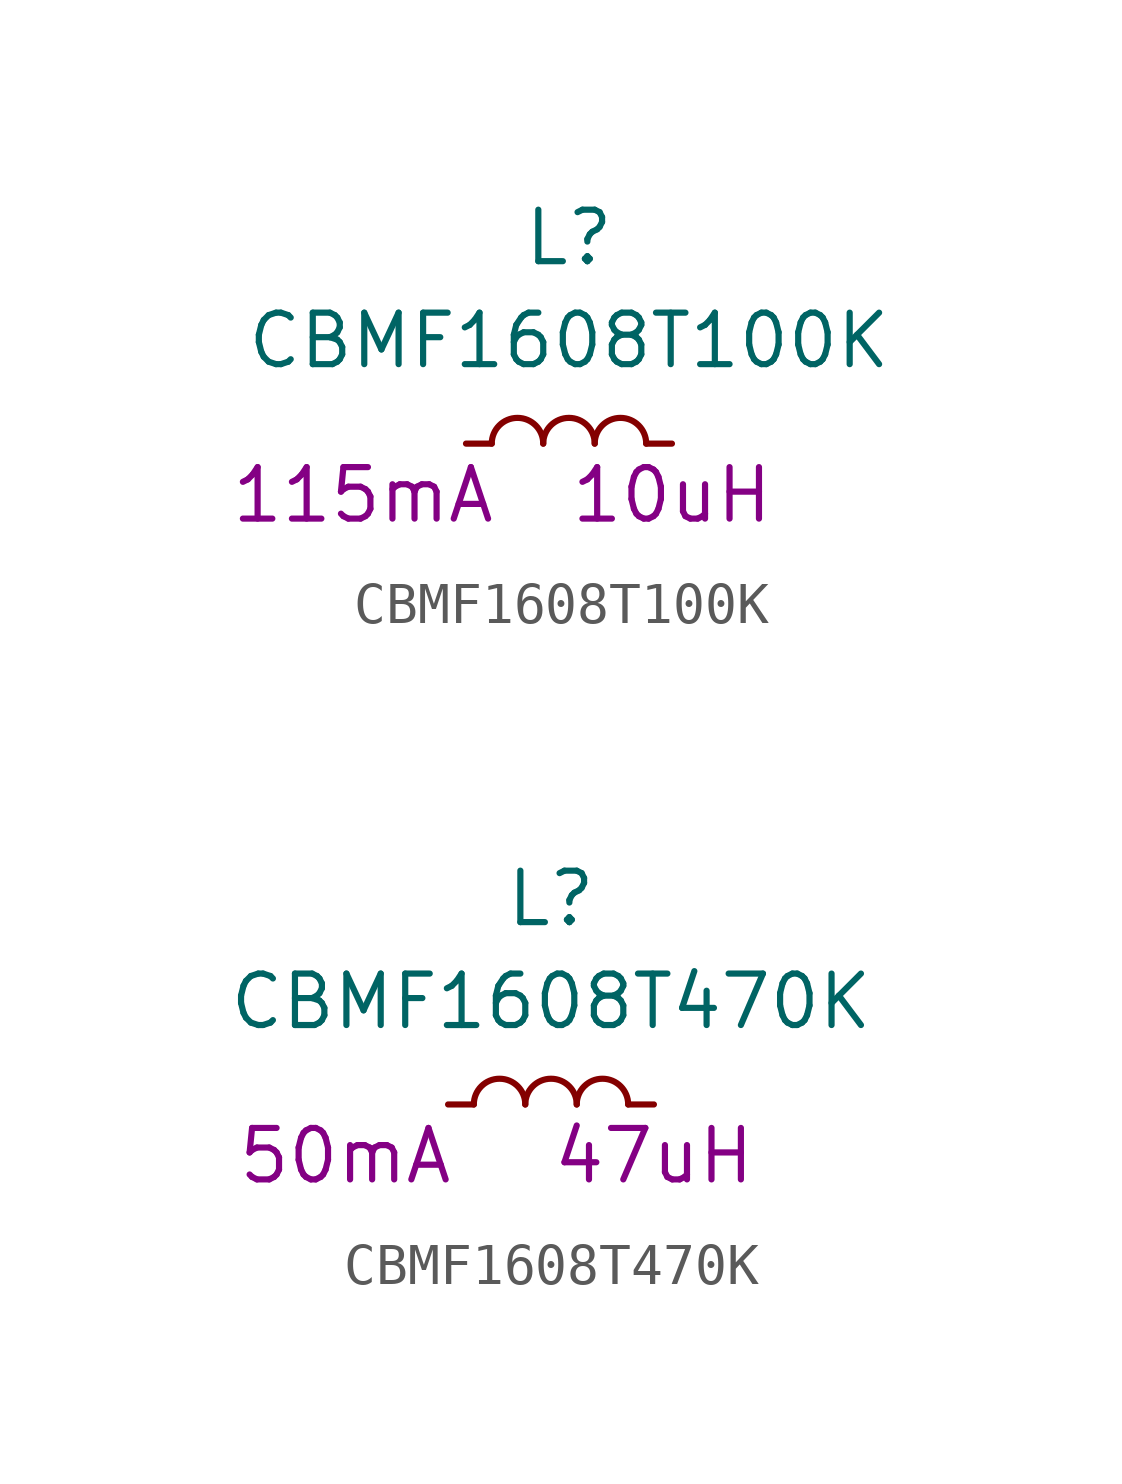
<source format=kicad_sym>
(kicad_symbol_lib
  (version 20220914)
  (generator kicad_symbol_editor)
  (symbol "CBMF1608T100K"
    (pin_numbers hide)
    (pin_names
      (offset 1.016) hide)
    (property "Reference" "L"
      (at 0 5.08 0)
      (effects (font (size 1.27 1.27))))
    (property "Value" "CBMF1608T100K"
      (at 0 2.54 0)
      (effects (font (size 1.27 1.27))))
    (property "Rating" "115mA"
      (at -5.08 -1.27 0)
      (effects (font (size 1.27 1.27))))
    (property "Value2" "10uH"
      (at 2.54 -1.27 0)
      (effects (font (size 1.27 1.27))))
    (symbol "CBMF1608T100K_0_1"
      (arc (start -0.635 0) (mid -1.27 0.6323) (end -1.905 0) (stroke (width 0) (type solid)) (fill (type none)))
      (arc (start 0.635 0) (mid 0 0.6323) (end -0.635 0) (stroke (width 0) (type solid)) (fill (type none)))
      (arc (start 1.905 0) (mid 1.27 0.6323) (end 0.635 0) (stroke (width 0) (type solid)) (fill (type none))))
    (symbol "CBMF1608T100K_1_1"
      (pin input line (at -2.54 0 0) (length 0.635) (name "1" (effects (font (size 1.27 1.27)))) (number "1" (effects (font (size 1.27 1.27)))))
      (pin input line (at 2.54 0 180) (length 0.635) (name "2" (effects (font (size 1.27 1.27)))) (number "2" (effects (font (size 1.27 1.27)))))))
  (symbol "CBMF1608T470K"
    (pin_numbers hide)
    (pin_names
      (offset 1.016) hide)
    (property "Reference" "L"
      (at 0 5.08 0)
      (effects (font (size 1.27 1.27))))
    (property "Value" "CBMF1608T470K"
      (at 0 2.54 0)
      (effects (font (size 1.27 1.27))))
    (property "Rating" "50mA"
      (at -5.08 -1.27 0)
      (effects (font (size 1.27 1.27))))
    (property "Value2" "47uH"
      (at 2.54 -1.27 0)
      (effects (font (size 1.27 1.27))))
    (symbol "CBMF1608T470K_0_1"
      (arc (start -0.635 0) (mid -1.27 0.6323) (end -1.905 0) (stroke (width 0) (type solid)) (fill (type none)))
      (arc (start 0.635 0) (mid 0 0.6323) (end -0.635 0) (stroke (width 0) (type solid)) (fill (type none)))
      (arc (start 1.905 0) (mid 1.27 0.6323) (end 0.635 0) (stroke (width 0) (type solid)) (fill (type none))))
    (symbol "CBMF1608T470K_1_1"
      (pin input line (at -2.54 0 0) (length 0.635) (name "1" (effects (font (size 1.27 1.27)))) (number "1" (effects (font (size 1.27 1.27)))))
      (pin input line (at 2.54 0 180) (length 0.635) (name "2" (effects (font (size 1.27 1.27)))) (number "2" (effects (font (size 1.27 1.27))))))))
</source>
